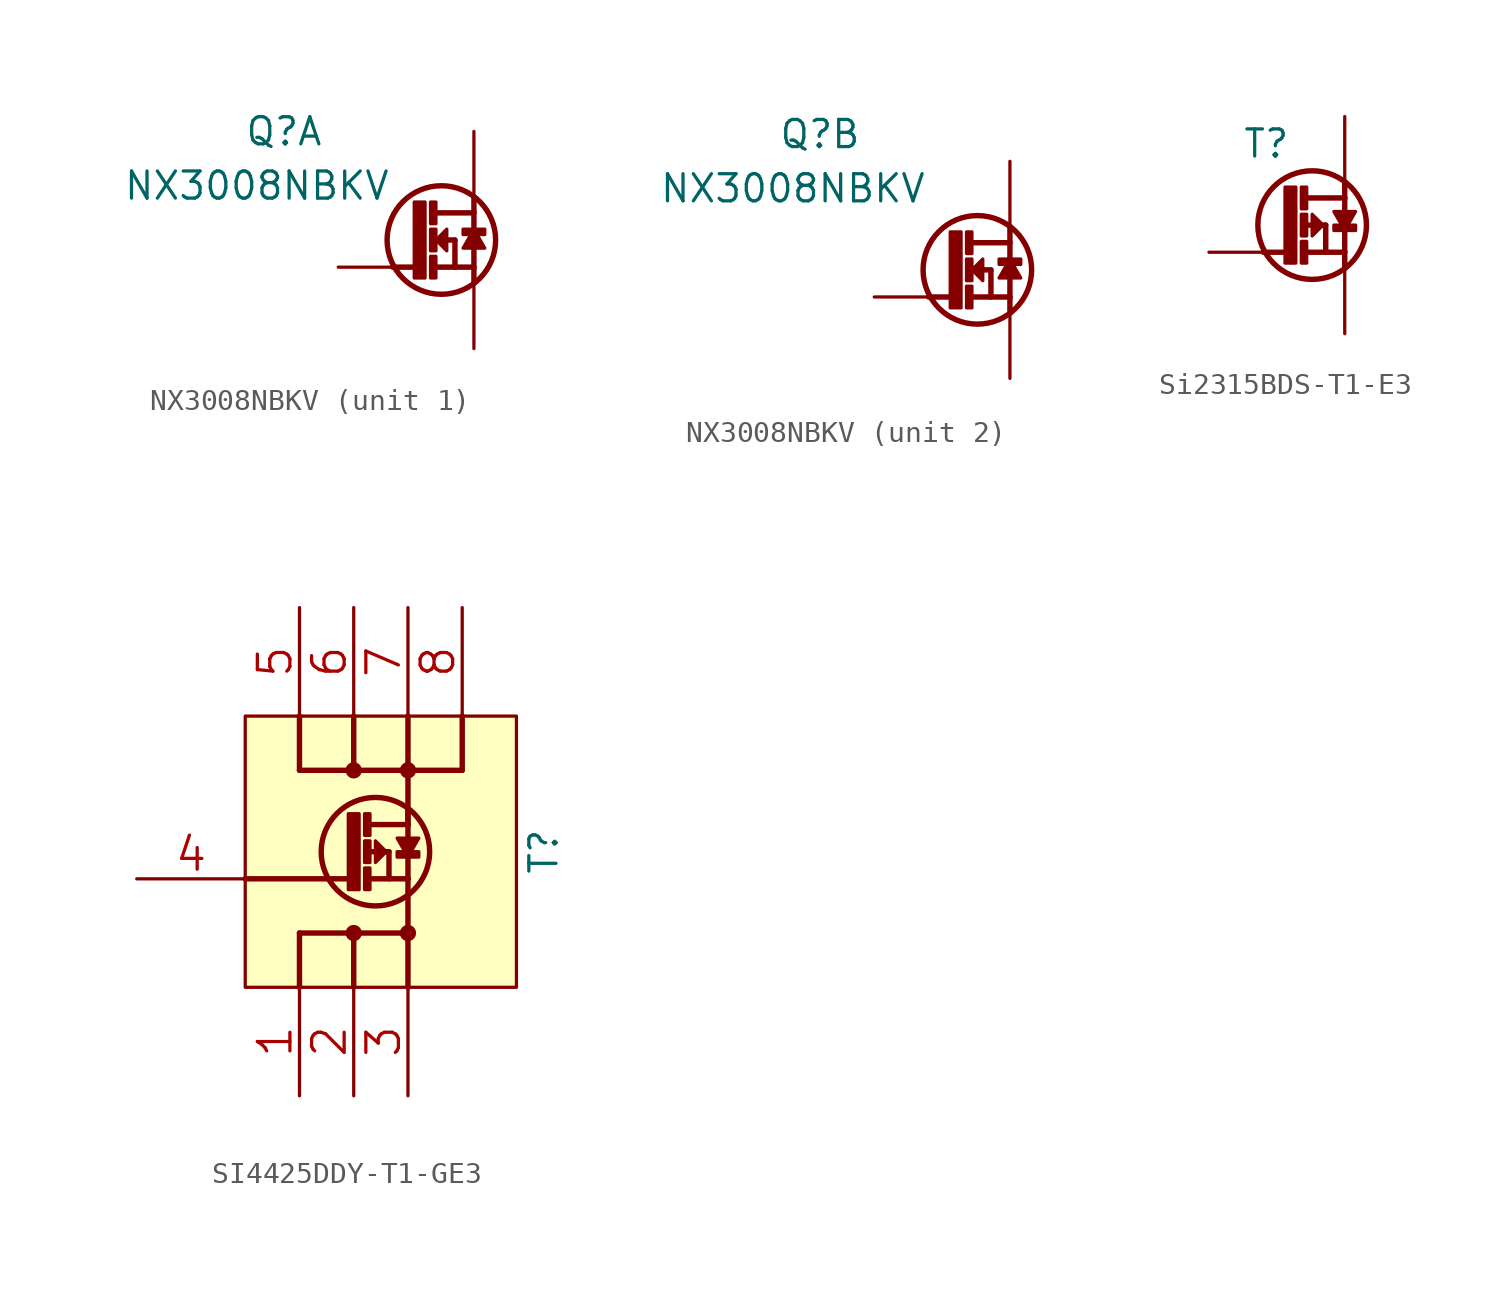
<source format=kicad_sym>
(kicad_symbol_lib
  (version 20211014)
  (generator kicad_symbol_editor)
  (symbol "NX3008NBKV"
    (pin_names
      (offset 1.016))
    (property "Reference" "Q"
      (at 0 0 0)
      (effects (font (size 1.27 1.27))))
    (property "Value" "NX3008NBKV"
      (at -1.27 -2.54 0)
      (effects (font (size 1.27 1.27))))
    (symbol "NX3008NBKV_1_1"
      (polyline (pts (xy 6.096 -6.35) (xy 5.08 -6.35)) (stroke (width 0.254) (type default) (color 0 0 0 0)) (fill (type none)))
      (polyline (pts (xy 6.985 -5.08) (xy 8.001 -5.08)) (stroke (width 0.254) (type default) (color 0 0 0 0)) (fill (type none)))
      (polyline (pts (xy 7.112 -6.35) (xy 8.89 -6.35)) (stroke (width 0.254) (type default) (color 0 0 0 0)) (fill (type none)))
      (polyline (pts (xy 7.112 -3.81) (xy 8.89 -3.81)) (stroke (width 0.254) (type default) (color 0 0 0 0)) (fill (type none)))
      (polyline (pts (xy 8.001 -5.08) (xy 8.001 -6.35)) (stroke (width 0.254) (type default) (color 0 0 0 0)) (fill (type none)))
      (polyline (pts (xy 8.89 -6.35) (xy 8.89 -7.112)) (stroke (width 0.254) (type default) (color 0 0 0 0)) (fill (type none)))
      (polyline (pts (xy 8.89 -3.81) (xy 8.89 -6.35)) (stroke (width 0.254) (type default) (color 0 0 0 0)) (fill (type none)))
      (polyline (pts (xy 8.89 -3.048) (xy 8.89 -3.81)) (stroke (width 0.254) (type default) (color 0 0 0 0)) (fill (type none)))
      (polyline (pts (xy 7.112 -5.08) (xy 7.62 -4.572) (xy 7.62 -5.588) (xy 7.112 -5.08)) (stroke (width 0) (type default) (color 0 0 0 0)) (fill (type outline)))
      (polyline (pts (xy 8.89 -4.572) (xy 8.382 -5.461) (xy 9.398 -5.461) (xy 8.89 -4.572)) (stroke (width 0) (type default) (color 0 0 0 0)) (fill (type outline)))
      (polyline (pts (xy 6.096 -6.858) (xy 6.604 -6.858) (xy 6.604 -3.302) (xy 6.096 -3.302) (xy 6.096 -6.858)) (stroke (width 0) (type default) (color 0 0 0 0)) (fill (type outline)))
      (rectangle (start 6.858 -6.858) (end 7.112 -5.842) (stroke (width 0) (type default) (color 0 0 0 0)) (fill (type outline)))
      (rectangle (start 6.858 -5.588) (end 7.112 -4.572) (stroke (width 0) (type default) (color 0 0 0 0)) (fill (type outline)))
      (rectangle (start 6.858 -4.318) (end 7.112 -3.302) (stroke (width 0) (type default) (color 0 0 0 0)) (fill (type outline)))
      (circle (center 7.366 -5.08) (radius 2.54) (stroke (width 0.254) (type default) (color 0 0 0 0)) (fill (type none)))
      (rectangle (start 8.382 -4.826) (end 9.398 -4.572) (stroke (width 0) (type default) (color 0 0 0 0)) (fill (type outline)))
      (text "D" (at 7.62 -1.016 0) (effects (font (size 0.635 0.635)) (justify left top) hide))
      (text "G" (at 3.302 -6.35 0) (effects (font (size 0.635 0.635)) (justify left bottom) hide))
      (text "S" (at 7.62 -9.144 0) (effects (font (size 0.635 0.635)) (justify left bottom) hide))
      (pin passive line (at 8.89 -10.16 90) (length 3.048) (name "S" (effects (font (size 0 0)))) (number "1" (effects (font (size 0 0)))))
      (pin passive line (at 2.54 -6.35 0) (length 2.54) (name "G" (effects (font (size 0 0)))) (number "2" (effects (font (size 0 0)))))
      (pin passive line (at 8.89 0 270) (length 3.048) (name "D" (effects (font (size 0 0)))) (number "6" (effects (font (size 0 0))))))
    (symbol "NX3008NBKV_2_1"
      (polyline (pts (xy 6.096 -7.62) (xy 5.08 -7.62)) (stroke (width 0.254) (type default) (color 0 0 0 0)) (fill (type none)))
      (polyline (pts (xy 6.985 -6.35) (xy 8.001 -6.35)) (stroke (width 0.254) (type default) (color 0 0 0 0)) (fill (type none)))
      (polyline (pts (xy 7.112 -7.62) (xy 8.89 -7.62)) (stroke (width 0.254) (type default) (color 0 0 0 0)) (fill (type none)))
      (polyline (pts (xy 7.112 -5.08) (xy 8.89 -5.08)) (stroke (width 0.254) (type default) (color 0 0 0 0)) (fill (type none)))
      (polyline (pts (xy 8.001 -6.35) (xy 8.001 -7.62)) (stroke (width 0.254) (type default) (color 0 0 0 0)) (fill (type none)))
      (polyline (pts (xy 8.89 -7.62) (xy 8.89 -8.382)) (stroke (width 0.254) (type default) (color 0 0 0 0)) (fill (type none)))
      (polyline (pts (xy 8.89 -5.08) (xy 8.89 -7.62)) (stroke (width 0.254) (type default) (color 0 0 0 0)) (fill (type none)))
      (polyline (pts (xy 8.89 -4.318) (xy 8.89 -5.08)) (stroke (width 0.254) (type default) (color 0 0 0 0)) (fill (type none)))
      (polyline (pts (xy 7.112 -6.35) (xy 7.62 -5.842) (xy 7.62 -6.858) (xy 7.112 -6.35)) (stroke (width 0) (type default) (color 0 0 0 0)) (fill (type outline)))
      (polyline (pts (xy 8.89 -5.842) (xy 8.382 -6.731) (xy 9.398 -6.731) (xy 8.89 -5.842)) (stroke (width 0) (type default) (color 0 0 0 0)) (fill (type outline)))
      (polyline (pts (xy 6.096 -8.128) (xy 6.604 -8.128) (xy 6.604 -4.572) (xy 6.096 -4.572) (xy 6.096 -8.128)) (stroke (width 0) (type default) (color 0 0 0 0)) (fill (type outline)))
      (rectangle (start 6.858 -8.128) (end 7.112 -7.112) (stroke (width 0) (type default) (color 0 0 0 0)) (fill (type outline)))
      (rectangle (start 6.858 -6.858) (end 7.112 -5.842) (stroke (width 0) (type default) (color 0 0 0 0)) (fill (type outline)))
      (rectangle (start 6.858 -5.588) (end 7.112 -4.572) (stroke (width 0) (type default) (color 0 0 0 0)) (fill (type outline)))
      (circle (center 7.366 -6.35) (radius 2.54) (stroke (width 0.254) (type default) (color 0 0 0 0)) (fill (type none)))
      (rectangle (start 8.382 -6.096) (end 9.398 -5.842) (stroke (width 0) (type default) (color 0 0 0 0)) (fill (type outline)))
      (text "D" (at 7.62 -2.286 0) (effects (font (size 0.635 0.635)) (justify left top) hide))
      (text "S" (at 7.62 -10.414 0) (effects (font (size 0.635 0.635)) (justify left bottom) hide))
      (pin passive line (at 8.89 -1.27 270) (length 3.048) (name "D" (effects (font (size 0 0)))) (number "3" (effects (font (size 0 0)))))
      (pin passive line (at 8.89 -11.43 90) (length 3.048) (name "S" (effects (font (size 0 0)))) (number "4" (effects (font (size 0 0)))))
      (pin passive line (at 2.54 -7.62 0) (length 2.54) (name "G" (effects (font (size 0 0)))) (number "5" (effects (font (size 0 0)))))))
  (symbol "Si2315BDS-T1-E3"
    (pin_names
      (offset 1.27))
    (property "Reference" "T"
      (at 3.81 5.08 0)
      (effects (font (size 1.27 1.27)) (justify right)))
    (property "ki_locked" ""
      (at 0 0 0)
      (effects (font (size 1.27 1.27))))
    (symbol "Si2315BDS-T1-E3_0_1"
      (polyline (pts (xy 3.556 0) (xy 2.54 0)) (stroke (width 0.254) (type default) (color 0 0 0 0)) (fill (type none)))
      (polyline (pts (xy 4.445 1.27) (xy 5.461 1.27)) (stroke (width 0.254) (type default) (color 0 0 0 0)) (fill (type none)))
      (polyline (pts (xy 4.572 0) (xy 6.35 0)) (stroke (width 0.254) (type default) (color 0 0 0 0)) (fill (type none)))
      (polyline (pts (xy 4.572 2.54) (xy 6.35 2.54)) (stroke (width 0.254) (type default) (color 0 0 0 0)) (fill (type none)))
      (polyline (pts (xy 5.461 1.27) (xy 5.461 0)) (stroke (width 0.254) (type default) (color 0 0 0 0)) (fill (type none)))
      (polyline (pts (xy 6.35 0) (xy 6.35 -0.762)) (stroke (width 0.254) (type default) (color 0 0 0 0)) (fill (type none)))
      (polyline (pts (xy 6.35 2.54) (xy 6.35 0)) (stroke (width 0.254) (type default) (color 0 0 0 0)) (fill (type none)))
      (polyline (pts (xy 6.35 3.302) (xy 6.35 2.54)) (stroke (width 0.254) (type default) (color 0 0 0 0)) (fill (type none)))
      (polyline (pts (xy 5.334 1.27) (xy 4.826 0.762) (xy 4.826 1.778) (xy 5.334 1.27)) (stroke (width 0) (type default) (color 0 0 0 0)) (fill (type outline)))
      (polyline (pts (xy 6.35 1.016) (xy 6.858 1.905) (xy 5.842 1.905) (xy 6.35 1.016)) (stroke (width 0) (type default) (color 0 0 0 0)) (fill (type outline)))
      (polyline (pts (xy 3.556 -0.508) (xy 4.064 -0.508) (xy 4.064 3.048) (xy 3.556 3.048) (xy 3.556 -0.508)) (stroke (width 0) (type default) (color 0 0 0 0)) (fill (type outline)))
      (rectangle (start 4.318 -0.508) (end 4.572 0.508) (stroke (width 0) (type default) (color 0 0 0 0)) (fill (type outline)))
      (rectangle (start 4.318 0.762) (end 4.572 1.778) (stroke (width 0) (type default) (color 0 0 0 0)) (fill (type outline)))
      (rectangle (start 4.318 2.032) (end 4.572 3.048) (stroke (width 0) (type default) (color 0 0 0 0)) (fill (type outline)))
      (circle (center 4.826 1.27) (radius 2.54) (stroke (width 0.254) (type default) (color 0 0 0 0)) (fill (type none)))
      (rectangle (start 5.842 1.016) (end 6.858 1.27) (stroke (width 0) (type default) (color 0 0 0 0)) (fill (type outline)))
      (text "D" (at 5.08 5.334 0) (effects (font (size 0.635 0.635)) (justify left top) hide))
      (text "G" (at 0.762 0 0) (effects (font (size 0.635 0.635)) (justify left bottom) hide))
      (text "S" (at 5.08 -2.794 0) (effects (font (size 0.635 0.635)) (justify left bottom) hide))
      (pin passive line (at 0 0 0) (length 2.54) (name "G" (effects (font (size 0 0)))) (number "1" (effects (font (size 0 0)))))
      (pin passive line (at 6.35 -3.81 90) (length 3.048) (name "S" (effects (font (size 0 0)))) (number "2" (effects (font (size 0 0)))))
      (pin passive line (at 6.35 6.35 270) (length 3.048) (name "D" (effects (font (size 0 0)))) (number "3" (effects (font (size 0 0)))))))
  (symbol "SI4425DDY-T1-GE3"
    (pin_names
      (offset 1.27))
    (property "Reference" "T"
      (at 13.97 -6.35 90)
      (effects (font (size 1.27 1.27))))
    (property "ki_locked" ""
      (at 0 0 0)
      (effects (font (size 1.27 1.27))))
    (symbol "SI4425DDY-T1-GE3_0_1"
      (rectangle (start 0 -12.7) (end 12.7 0) (stroke (width 0) (type default) (color 0 0 0 0)) (fill (type background)))
      (polyline (pts (xy 2.54 -12.7) (xy 2.54 -10.16)) (stroke (width 0.254) (type default) (color 0 0 0 0)) (fill (type none)))
      (polyline (pts (xy 2.54 -10.16) (xy 5.08 -10.16)) (stroke (width 0.254) (type default) (color 0 0 0 0)) (fill (type none)))
      (polyline (pts (xy 2.54 -2.54) (xy 10.16 -2.54)) (stroke (width 0.254) (type default) (color 0 0 0 0)) (fill (type none)))
      (polyline (pts (xy 2.54 0) (xy 2.54 -2.54)) (stroke (width 0.254) (type default) (color 0 0 0 0)) (fill (type none)))
      (polyline (pts (xy 5.08 -12.7) (xy 5.08 -10.16)) (stroke (width 0.254) (type default) (color 0 0 0 0)) (fill (type none)))
      (polyline (pts (xy 5.08 -10.16) (xy 7.62 -10.16)) (stroke (width 0.254) (type default) (color 0 0 0 0)) (fill (type none)))
      (polyline (pts (xy 5.08 -7.62) (xy 0 -7.62)) (stroke (width 0.254) (type default) (color 0 0 0 0)) (fill (type none)))
      (polyline (pts (xy 5.08 0) (xy 5.08 -2.54)) (stroke (width 0.254) (type default) (color 0 0 0 0)) (fill (type none)))
      (polyline (pts (xy 5.715 -6.35) (xy 6.731 -6.35)) (stroke (width 0.254) (type default) (color 0 0 0 0)) (fill (type none)))
      (polyline (pts (xy 5.842 -7.62) (xy 7.62 -7.62)) (stroke (width 0.254) (type default) (color 0 0 0 0)) (fill (type none)))
      (polyline (pts (xy 5.842 -5.08) (xy 7.62 -5.08)) (stroke (width 0.254) (type default) (color 0 0 0 0)) (fill (type none)))
      (polyline (pts (xy 6.731 -6.35) (xy 6.731 -7.62)) (stroke (width 0.254) (type default) (color 0 0 0 0)) (fill (type none)))
      (polyline (pts (xy 7.62 -12.7) (xy 7.62 -7.62)) (stroke (width 0.254) (type default) (color 0 0 0 0)) (fill (type none)))
      (polyline (pts (xy 7.62 -5.08) (xy 7.62 -7.62)) (stroke (width 0.254) (type default) (color 0 0 0 0)) (fill (type none)))
      (polyline (pts (xy 7.62 -4.318) (xy 7.62 -5.08)) (stroke (width 0.254) (type default) (color 0 0 0 0)) (fill (type none)))
      (polyline (pts (xy 7.62 -2.54) (xy 7.62 -5.08)) (stroke (width 0.254) (type default) (color 0 0 0 0)) (fill (type none)))
      (polyline (pts (xy 7.62 0) (xy 7.62 -2.54)) (stroke (width 0.254) (type default) (color 0 0 0 0)) (fill (type none)))
      (polyline (pts (xy 10.16 0) (xy 10.16 -2.54)) (stroke (width 0.254) (type default) (color 0 0 0 0)) (fill (type none)))
      (polyline (pts (xy 6.604 -6.35) (xy 6.096 -6.858) (xy 6.096 -5.842) (xy 6.604 -6.35)) (stroke (width 0) (type default) (color 0 0 0 0)) (fill (type outline)))
      (polyline (pts (xy 7.62 -6.604) (xy 8.128 -5.715) (xy 7.112 -5.715) (xy 7.62 -6.604)) (stroke (width 0) (type default) (color 0 0 0 0)) (fill (type outline)))
      (polyline (pts (xy 4.826 -8.128) (xy 5.334 -8.128) (xy 5.334 -4.572) (xy 4.826 -4.572) (xy 4.826 -8.128)) (stroke (width 0) (type default) (color 0 0 0 0)) (fill (type outline)))
      (circle (center 5.08 -10.16) (radius 0.254) (stroke (width 0.254) (type default) (color 0 0 0 0)) (fill (type none)))
      (circle (center 5.08 -2.54) (radius 0.254) (stroke (width 0.254) (type default) (color 0 0 0 0)) (fill (type none)))
      (rectangle (start 5.588 -8.128) (end 5.842 -7.112) (stroke (width 0) (type default) (color 0 0 0 0)) (fill (type outline)))
      (rectangle (start 5.588 -6.858) (end 5.842 -5.842) (stroke (width 0) (type default) (color 0 0 0 0)) (fill (type outline)))
      (rectangle (start 5.588 -5.588) (end 5.842 -4.572) (stroke (width 0) (type default) (color 0 0 0 0)) (fill (type outline)))
      (circle (center 6.096 -6.35) (radius 2.54) (stroke (width 0.254) (type default) (color 0 0 0 0)) (fill (type none)))
      (rectangle (start 7.112 -6.604) (end 8.128 -6.35) (stroke (width 0) (type default) (color 0 0 0 0)) (fill (type outline)))
      (circle (center 7.62 -10.16) (radius 0.254) (stroke (width 0.254) (type default) (color 0 0 0 0)) (fill (type none)))
      (circle (center 7.62 -2.54) (radius 0.254) (stroke (width 0.254) (type default) (color 0 0 0 0)) (fill (type none)))
      (text "D" (at 8.128 -2.921 0) (effects (font (size 0.635 0.635)) (justify left top) hide))
      (text "G" (at 0.762 -7.112 0) (effects (font (size 0.635 0.635)) (justify left bottom) hide))
      (text "S" (at 8.128 -9.779 0) (effects (font (size 0.635 0.635)) (justify left bottom) hide))
      (pin passive line (at 2.54 -17.78 90) (length 5.08) (name "S" (effects (font (size 0 0)))) (number "1" (effects (font (size 1.524 1.524)))))
      (pin passive line (at 5.08 -17.78 90) (length 5.08) (name "S" (effects (font (size 0 0)))) (number "2" (effects (font (size 1.524 1.524)))))
      (pin passive line (at 7.62 -17.78 90) (length 5.08) (name "S" (effects (font (size 0 0)))) (number "3" (effects (font (size 1.524 1.524)))))
      (pin passive line (at -5.08 -7.62 0) (length 5.08) (name "S" (effects (font (size 0 0)))) (number "4" (effects (font (size 1.524 1.524)))))
      (pin passive line (at 2.54 5.08 270) (length 5.08) (name "D" (effects (font (size 0 0)))) (number "5" (effects (font (size 1.524 1.524)))))
      (pin passive line (at 5.08 5.08 270) (length 5.08) (name "D" (effects (font (size 0 0)))) (number "6" (effects (font (size 1.524 1.524)))))
      (pin passive line (at 7.62 5.08 270) (length 5.08) (name "D" (effects (font (size 0 0)))) (number "7" (effects (font (size 1.524 1.524)))))
      (pin passive line (at 10.16 5.08 270) (length 5.08) (name "D" (effects (font (size 0 0)))) (number "8" (effects (font (size 1.524 1.524))))))))
</source>
